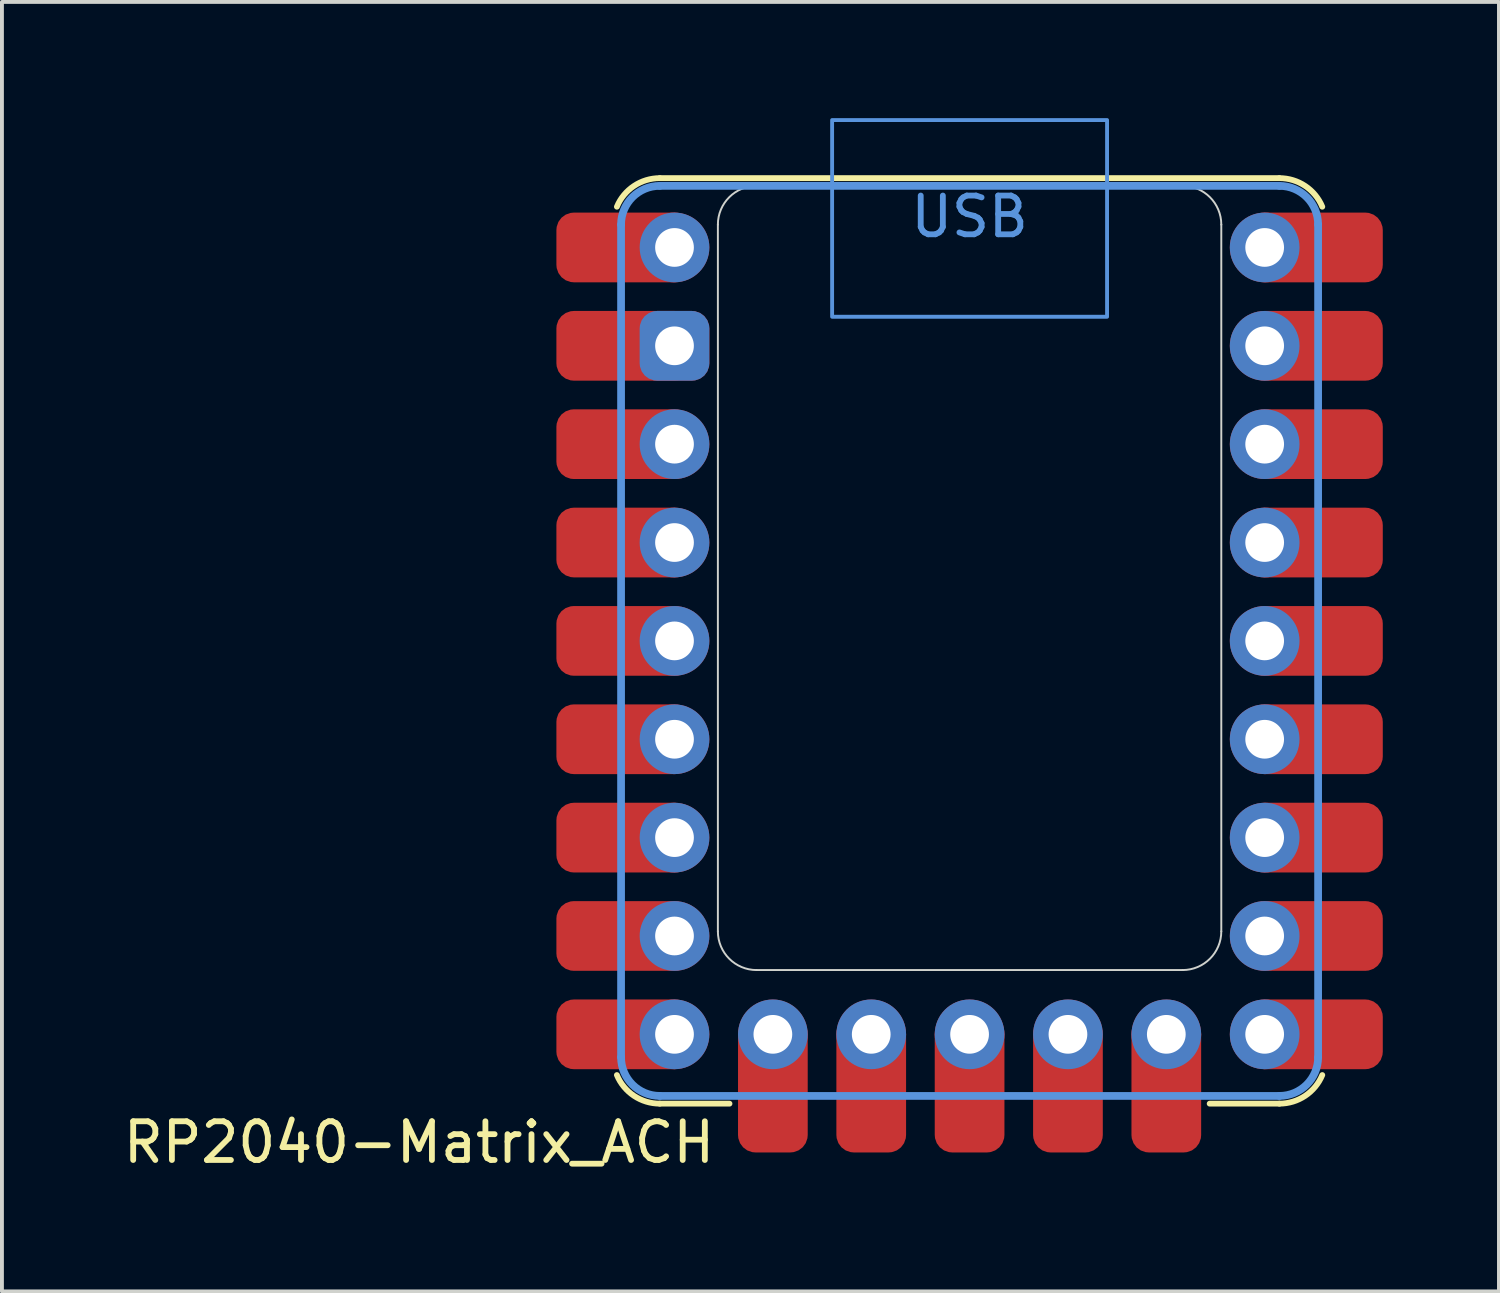
<source format=kicad_pcb>
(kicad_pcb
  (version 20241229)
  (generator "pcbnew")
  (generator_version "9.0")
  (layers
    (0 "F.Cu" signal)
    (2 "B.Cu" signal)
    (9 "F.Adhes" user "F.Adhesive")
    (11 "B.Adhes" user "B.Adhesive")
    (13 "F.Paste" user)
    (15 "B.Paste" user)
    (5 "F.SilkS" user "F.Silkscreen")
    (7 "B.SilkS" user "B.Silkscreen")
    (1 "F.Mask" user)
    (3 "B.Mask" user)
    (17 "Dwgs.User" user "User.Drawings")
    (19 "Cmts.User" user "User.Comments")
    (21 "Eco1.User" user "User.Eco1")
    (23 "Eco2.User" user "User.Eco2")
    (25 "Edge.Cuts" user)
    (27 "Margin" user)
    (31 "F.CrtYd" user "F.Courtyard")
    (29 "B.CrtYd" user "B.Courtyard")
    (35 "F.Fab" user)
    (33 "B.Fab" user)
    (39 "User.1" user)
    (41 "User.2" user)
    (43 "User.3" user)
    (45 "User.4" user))
  (footprint "RP2040-Matrix_ACH"
    (layer "F.Cu")
    (at 21.988 13.5)
    (property "Reference" "RP2040-Matrix_ACH" (at -6.5 12.95 0) (layer "F.SilkS") (effects (font (size 1 1) (thickness 0.15)) (justify right)))
    (attr through_hole exclude_from_pos_files exclude_from_bom)
    (fp_line (start -8 -11.95) (end 8 -11.95) (stroke (width 0.15) (type default)) (layer "F.SilkS"))
    (fp_line (start -8 11.95) (end -6.2 11.95) (stroke (width 0.15) (type default)) (layer "F.SilkS"))
    (fp_line (start 8 11.95) (end 6.2 11.95) (stroke (width 0.15) (type default)) (layer "F.SilkS"))
    (fp_arc (start -9.107693 -11.211539) (mid -8.665641 -11.748461) (end -8.000001 -11.950001) (stroke (width 0.15) (type default)) (layer "F.SilkS"))
    (fp_arc (start -8.000001 11.950001) (mid -8.665641 11.748461) (end -9.107693 11.211539) (stroke (width 0.15) (type default)) (layer "F.SilkS"))
    (fp_arc (start 8.000001 -11.950001) (mid 8.665641 -11.748461) (end 9.107693 -11.211539) (stroke (width 0.15) (type default)) (layer "F.SilkS"))
    (fp_arc (start 9.107693 11.211539) (mid 8.665641 11.748461) (end 8.000001 11.950001) (stroke (width 0.15) (type default)) (layer "F.SilkS"))
    (fp_line (start -9 10.75) (end -9 -10.75) (stroke (width 0.2) (type default)) (layer "Cmts.User"))
    (fp_line (start -8 -11.75) (end 8 -11.75) (stroke (width 0.2) (type default)) (layer "Cmts.User"))
    (fp_line (start 8 11.75) (end -8 11.75) (stroke (width 0.2) (type default)) (layer "Cmts.User"))
    (fp_line (start 9 -10.75) (end 9 10.75) (stroke (width 0.2) (type default)) (layer "Cmts.User"))
    (fp_rect (start -3.55 -13.45) (end 3.55 -8.37) (stroke (width 0.1) (type default)) (fill no) (layer "Cmts.User"))
    (fp_arc (start -9 -10.75) (mid -8.707107 -11.457107) (end -8 -11.75) (stroke (width 0.2) (type default)) (layer "Cmts.User"))
    (fp_arc (start -8 11.75) (mid -8.707107 11.457107) (end -9 10.75) (stroke (width 0.2) (type default)) (layer "Cmts.User"))
    (fp_arc (start 8 -11.75) (mid 8.707107 -11.457107) (end 9 -10.75) (stroke (width 0.2) (type default)) (layer "Cmts.User"))
    (fp_arc (start 9 10.75) (mid 8.707107 11.457107) (end 8 11.75) (stroke (width 0.2) (type default)) (layer "Cmts.User"))
    (fp_line (start -6.5 7.5) (end -6.5 -10.75) (stroke (width 0.05) (type default)) (layer "Edge.Cuts"))
    (fp_line (start -5.5 -11.75) (end 5.5 -11.75) (stroke (width 0.05) (type default)) (layer "Edge.Cuts"))
    (fp_line (start 5.5 8.5) (end -5.5 8.5) (stroke (width 0.05) (type default)) (layer "Edge.Cuts"))
    (fp_line (start 6.5 -10.75) (end 6.5 7.5) (stroke (width 0.05) (type default)) (layer "Edge.Cuts"))
    (fp_arc (start -6.5 -10.75) (mid -6.207107 -11.457107) (end -5.5 -11.75) (stroke (width 0.05) (type default)) (layer "Edge.Cuts"))
    (fp_arc (start -5.5 8.5) (mid -6.207107 8.207107) (end -6.5 7.5) (stroke (width 0.05) (type default)) (layer "Edge.Cuts"))
    (fp_arc (start 5.5 -11.75) (mid 6.207107 -11.457107) (end 6.5 -10.75) (stroke (width 0.05) (type default)) (layer "Edge.Cuts"))
    (fp_arc (start 6.5 7.5) (mid 6.207107 8.207107) (end 5.5 8.5) (stroke (width 0.05) (type default)) (layer "Edge.Cuts"))
    (fp_text user "USB" (at 0 -10.37 0) (layer "Cmts.User") (effects (font (size 1 1) (thickness 0.15)) (justify bottom)))
    (pad "1" smd roundrect (at -8.92 -10.16) (size 3.5 1.8) (layers "F.Cu" "F.Mask") (roundrect_rratio 0.25))
    (pad "1" thru_hole circle (at -7.62 -10.16) (size 1.8 1.8) (drill 1) (layers "*.Cu" "*.Mask"))
    (pad "2" smd roundrect (at -8.92 -7.62) (size 3.5 1.8) (layers "F.Cu" "F.Mask") (roundrect_rratio 0.25))
    (pad "2" thru_hole roundrect (at -7.62 -7.62) (size 1.8 1.8) (drill 1) (layers "*.Cu" "*.Mask") (roundrect_rratio 0.25))
    (pad "3" smd roundrect (at -8.92 -5.08) (size 3.5 1.8) (layers "F.Cu" "F.Mask") (roundrect_rratio 0.25))
    (pad "3" thru_hole circle (at -7.62 -5.08) (size 1.8 1.8) (drill 1) (layers "*.Cu" "*.Mask"))
    (pad "4" smd roundrect (at -8.92 -2.54) (size 3.5 1.8) (layers "F.Cu" "F.Mask") (roundrect_rratio 0.25))
    (pad "4" thru_hole circle (at -7.62 -2.54) (size 1.8 1.8) (drill 1) (layers "*.Cu" "*.Mask"))
    (pad "5" smd roundrect (at -8.92 0) (size 3.5 1.8) (layers "F.Cu" "F.Mask") (roundrect_rratio 0.25))
    (pad "5" thru_hole circle (at -7.62 0) (size 1.8 1.8) (drill 1) (layers "*.Cu" "*.Mask"))
    (pad "6" smd roundrect (at -8.92 2.54) (size 3.5 1.8) (layers "F.Cu" "F.Mask") (roundrect_rratio 0.25))
    (pad "6" thru_hole circle (at -7.62 2.54) (size 1.8 1.8) (drill 1) (layers "*.Cu" "*.Mask"))
    (pad "7" smd roundrect (at -8.92 5.08) (size 3.5 1.8) (layers "F.Cu" "F.Mask") (roundrect_rratio 0.25))
    (pad "7" thru_hole circle (at -7.62 5.08) (size 1.8 1.8) (drill 1) (layers "*.Cu" "*.Mask"))
    (pad "8" smd roundrect (at -8.92 7.62) (size 3.5 1.8) (layers "F.Cu" "F.Mask") (roundrect_rratio 0.25))
    (pad "8" thru_hole circle (at -7.62 7.62) (size 1.8 1.8) (drill 1) (layers "*.Cu" "*.Mask"))
    (pad "9" smd roundrect (at -8.92 10.16) (size 3.5 1.8) (layers "F.Cu" "F.Mask") (roundrect_rratio 0.25))
    (pad "9" thru_hole circle (at -7.62 10.16) (size 1.8 1.8) (drill 1) (layers "*.Cu" "*.Mask"))
    (pad "10" thru_hole circle (at 7.62 -10.16 180) (size 1.8 1.8) (drill 1) (layers "*.Cu" "*.Mask"))
    (pad "10" smd roundrect (at 8.92 -10.16 180) (size 3.5 1.8) (layers "F.Cu" "F.Mask") (roundrect_rratio 0.25))
    (pad "11" thru_hole circle (at 7.62 -7.62 180) (size 1.8 1.8) (drill 1) (layers "*.Cu" "*.Mask"))
    (pad "11" smd roundrect (at 8.92 -7.62 180) (size 3.5 1.8) (layers "F.Cu" "F.Mask") (roundrect_rratio 0.25))
    (pad "12" thru_hole circle (at 7.62 -5.08 180) (size 1.8 1.8) (drill 1) (layers "*.Cu" "*.Mask"))
    (pad "12" smd roundrect (at 8.92 -5.08 180) (size 3.5 1.8) (layers "F.Cu" "F.Mask") (roundrect_rratio 0.25))
    (pad "13" thru_hole circle (at 7.62 -2.54) (size 1.8 1.8) (drill 1) (layers "*.Cu" "*.Mask"))
    (pad "13" smd roundrect (at 8.92 -2.54) (size 3.5 1.8) (layers "F.Cu" "F.Mask") (roundrect_rratio 0.25))
    (pad "14" thru_hole circle (at 7.62 0) (size 1.8 1.8) (drill 1) (layers "*.Cu" "*.Mask"))
    (pad "14" smd roundrect (at 8.92 0) (size 3.5 1.8) (layers "F.Cu" "F.Mask") (roundrect_rratio 0.25))
    (pad "15" thru_hole circle (at 7.62 2.54) (size 1.8 1.8) (drill 1) (layers "*.Cu" "*.Mask"))
    (pad "15" smd roundrect (at 8.92 2.54) (size 3.5 1.8) (layers "F.Cu" "F.Mask") (roundrect_rratio 0.25))
    (pad "16" thru_hole circle (at 7.62 5.08) (size 1.8 1.8) (drill 1) (layers "*.Cu" "*.Mask"))
    (pad "16" smd roundrect (at 8.92 5.08) (size 3.5 1.8) (layers "F.Cu" "F.Mask") (roundrect_rratio 0.25))
    (pad "17" thru_hole circle (at 7.62 7.62) (size 1.8 1.8) (drill 1) (layers "*.Cu" "*.Mask"))
    (pad "17" smd roundrect (at 8.92 7.62) (size 3.5 1.8) (layers "F.Cu" "F.Mask") (roundrect_rratio 0.25))
    (pad "18" thru_hole circle (at 7.62 10.16) (size 1.8 1.8) (drill 1) (layers "*.Cu" "*.Mask"))
    (pad "18" smd roundrect (at 8.92 10.16) (size 3.5 1.8) (layers "F.Cu" "F.Mask") (roundrect_rratio 0.25))
    (pad "19" thru_hole circle (at -5.08 10.16 270) (size 1.8 1.8) (drill 1) (layers "*.Cu" "*.Mask"))
    (pad "19" smd roundrect (at -5.08 11.46 270) (size 3.5 1.8) (layers "F.Cu" "F.Mask") (roundrect_rratio 0.25))
    (pad "20" thru_hole circle (at -2.54 10.16 270) (size 1.8 1.8) (drill 1) (layers "*.Cu" "*.Mask"))
    (pad "20" smd roundrect (at -2.54 11.46 270) (size 3.5 1.8) (layers "F.Cu" "F.Mask") (roundrect_rratio 0.25))
    (pad "21" thru_hole circle (at 0 10.16 270) (size 1.8 1.8) (drill 1) (layers "*.Cu" "*.Mask"))
    (pad "21" smd roundrect (at 0 11.46 270) (size 3.5 1.8) (layers "F.Cu" "F.Mask") (roundrect_rratio 0.25))
    (pad "22" thru_hole circle (at 2.54 10.16 270) (size 1.8 1.8) (drill 1) (layers "*.Cu" "*.Mask"))
    (pad "22" smd roundrect (at 2.54 11.46 270) (size 3.5 1.8) (layers "F.Cu" "F.Mask") (roundrect_rratio 0.25))
    (pad "23" thru_hole circle (at 5.08 10.16 270) (size 1.8 1.8) (drill 1) (layers "*.Cu" "*.Mask"))
    (pad "23" smd roundrect (at 5.08 11.46 270) (size 3.5 1.8) (layers "F.Cu" "F.Mask") (roundrect_rratio 0.25)))
  (gr_rect
    (start -3 -3)
    (end 35.658 30.298)
    (stroke (width 0.1) (type default))
    (fill no)
    (layer "Edge.Cuts")))
</source>
